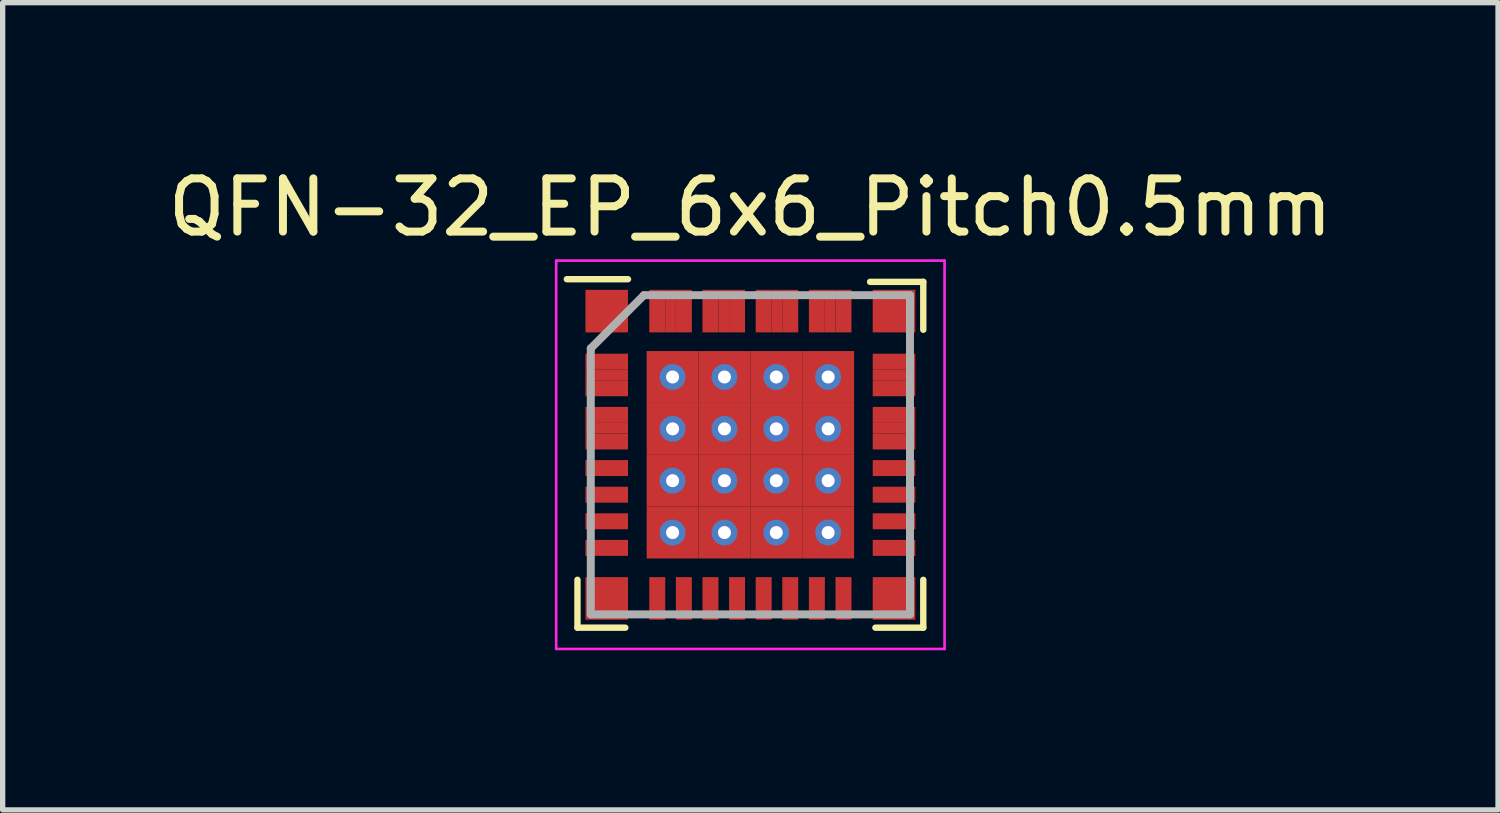
<source format=kicad_pcb>
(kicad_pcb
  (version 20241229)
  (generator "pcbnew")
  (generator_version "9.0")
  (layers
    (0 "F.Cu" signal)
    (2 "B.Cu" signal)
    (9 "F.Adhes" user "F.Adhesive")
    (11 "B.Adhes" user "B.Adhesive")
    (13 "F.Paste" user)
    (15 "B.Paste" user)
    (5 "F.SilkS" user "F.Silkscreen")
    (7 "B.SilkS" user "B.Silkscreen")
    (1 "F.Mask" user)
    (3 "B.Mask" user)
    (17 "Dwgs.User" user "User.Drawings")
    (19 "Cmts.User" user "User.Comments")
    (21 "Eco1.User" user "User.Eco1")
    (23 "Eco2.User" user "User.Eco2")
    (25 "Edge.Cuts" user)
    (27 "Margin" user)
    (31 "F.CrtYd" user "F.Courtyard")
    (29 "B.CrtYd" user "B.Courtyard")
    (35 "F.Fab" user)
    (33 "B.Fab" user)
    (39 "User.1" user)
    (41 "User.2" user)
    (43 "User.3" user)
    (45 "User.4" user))
  (footprint "QFN-32_EP_6x6_Pitch0.5mm"
    (layer "F.Cu")
    (at 11.054 5.498)
    (property "Reference" "QFN-32_EP_6x6_Pitch0.5mm" (at 0 -4.65 0) (layer "F.SilkS") (effects (font (size 1 1) (thickness 0.15))))
    (attr smd)
    (fp_line (start -3.25 3.25) (end -3.25 2.35) (stroke (width 0.12) (type solid)) (layer "F.SilkS"))
    (fp_line (start -2.35 3.25) (end -3.25 3.25) (stroke (width 0.12) (type solid)) (layer "F.SilkS"))
    (fp_line (start -2.3 -3.3) (end -3.45 -3.3) (stroke (width 0.12) (type solid)) (layer "F.SilkS"))
    (fp_line (start 2.25 -3.25) (end 3.25 -3.25) (stroke (width 0.12) (type solid)) (layer "F.SilkS"))
    (fp_line (start 2.35 3.25) (end 3.25 3.25) (stroke (width 0.12) (type solid)) (layer "F.SilkS"))
    (fp_line (start 3.25 -3.25) (end 3.25 -2.35) (stroke (width 0.12) (type solid)) (layer "F.SilkS"))
    (fp_line (start 3.25 3.25) (end 3.25 2.35) (stroke (width 0.12) (type solid)) (layer "F.SilkS"))
    (fp_line (start -3.65 -3.65) (end 3.65 -3.65) (stroke (width 0.05) (type solid)) (layer "F.CrtYd"))
    (fp_line (start -3.65 3.65) (end -3.65 -3.65) (stroke (width 0.05) (type solid)) (layer "F.CrtYd"))
    (fp_line (start 3.65 -3.65) (end 3.65 3.65) (stroke (width 0.05) (type solid)) (layer "F.CrtYd"))
    (fp_line (start 3.65 3.65) (end -3.65 3.65) (stroke (width 0.05) (type solid)) (layer "F.CrtYd"))
    (fp_line (start -3 -2) (end -3 3) (stroke (width 0.15) (type solid)) (layer "F.Fab"))
    (fp_line (start -3 3) (end 3 3) (stroke (width 0.15) (type solid)) (layer "F.Fab"))
    (fp_line (start -2 -3) (end -3 -2) (stroke (width 0.15) (type solid)) (layer "F.Fab"))
    (fp_line (start 3 -3) (end -2 -3) (stroke (width 0.15) (type solid)) (layer "F.Fab"))
    (fp_line (start 3 3) (end 3 -3) (stroke (width 0.15) (type solid)) (layer "F.Fab"))
    (pad "" smd custom (at -2.7 -2.7 180) (size 0.8 0.8) (layers "F.Cu" "F.Mask" "F.Paste") (options (anchor rect)) (primitives))
    (pad "" smd custom (at -2.7 2.7 270) (size 0.8 0.8) (layers "F.Cu" "F.Mask" "F.Paste") (options (anchor rect)) (primitives))
    (pad "" smd custom (at 2.7 -2.7 90) (size 0.8 0.8) (layers "F.Cu" "F.Mask" "F.Paste") (options (anchor rect)) (primitives))
    (pad "" smd custom (at 2.7 2.7 90) (size 0.8 0.8) (layers "F.Cu" "F.Mask" "F.Paste") (options (anchor rect)) (primitives))
    (pad "1" smd rect (at -2.7 -1.75 90) (size 0.3 0.8) (layers "F.Cu" "F.Mask" "F.Paste"))
    (pad "1" smd rect (at -2.7 -1.5 90) (size 0.2 0.8) (layers "F.Cu" "F.Mask" "F.Paste"))
    (pad "2" smd rect (at -2.7 -1.25 90) (size 0.3 0.8) (layers "F.Cu" "F.Mask" "F.Paste"))
    (pad "3" smd rect (at -2.7 -0.75 90) (size 0.3 0.8) (layers "F.Cu" "F.Mask" "F.Paste"))
    (pad "3" smd rect (at -2.7 -0.5 90) (size 0.2 0.8) (layers "F.Cu" "F.Mask" "F.Paste"))
    (pad "4" smd rect (at -2.7 -0.25 90) (size 0.3 0.8) (layers "F.Cu" "F.Mask" "F.Paste"))
    (pad "5" smd rect (at -2.7 0.25 90) (size 0.3 0.8) (layers "F.Cu" "F.Mask" "F.Paste"))
    (pad "6" smd rect (at -2.7 0.75 90) (size 0.3 0.8) (layers "F.Cu" "F.Mask" "F.Paste"))
    (pad "7" smd rect (at -2.7 1.25 90) (size 0.3 0.8) (layers "F.Cu" "F.Mask" "F.Paste"))
    (pad "8" smd rect (at -2.7 1.75 90) (size 0.3 0.8) (layers "F.Cu" "F.Mask" "F.Paste"))
    (pad "9" smd rect (at -1.75 2.7) (size 0.3 0.8) (layers "F.Cu" "F.Mask" "F.Paste"))
    (pad "10" smd rect (at -1.25 2.7) (size 0.3 0.8) (layers "F.Cu" "F.Mask" "F.Paste"))
    (pad "11" smd rect (at -0.75 2.7) (size 0.3 0.8) (layers "F.Cu" "F.Mask" "F.Paste"))
    (pad "12" smd rect (at -0.25 2.7) (size 0.3 0.8) (layers "F.Cu" "F.Mask" "F.Paste"))
    (pad "13" smd rect (at 0.25 2.7) (size 0.3 0.8) (layers "F.Cu" "F.Mask" "F.Paste"))
    (pad "14" smd rect (at 0.75 2.7) (size 0.3 0.8) (layers "F.Cu" "F.Mask" "F.Paste"))
    (pad "15" smd rect (at 1.25 2.7) (size 0.3 0.8) (layers "F.Cu" "F.Mask" "F.Paste"))
    (pad "16" smd rect (at 1.75 2.7) (size 0.3 0.8) (layers "F.Cu" "F.Mask" "F.Paste"))
    (pad "17" smd rect (at 2.7 1.75 90) (size 0.3 0.8) (layers "F.Cu" "F.Mask" "F.Paste"))
    (pad "18" smd rect (at 2.7 1.25 90) (size 0.3 0.8) (layers "F.Cu" "F.Mask" "F.Paste"))
    (pad "19" smd rect (at 2.7 0.75 90) (size 0.3 0.8) (layers "F.Cu" "F.Mask" "F.Paste"))
    (pad "20" smd rect (at 2.7 0.25 90) (size 0.3 0.8) (layers "F.Cu" "F.Mask" "F.Paste"))
    (pad "21" smd rect (at 2.7 -0.25 90) (size 0.3 0.8) (layers "F.Cu" "F.Mask" "F.Paste"))
    (pad "22" smd rect (at 2.7 -0.75 90) (size 0.3 0.8) (layers "F.Cu" "F.Mask" "F.Paste"))
    (pad "22" smd rect (at 2.7 -0.5 90) (size 0.2 0.8) (layers "F.Cu" "F.Mask" "F.Paste"))
    (pad "23" smd rect (at 2.7 -1.25 90) (size 0.3 0.8) (layers "F.Cu" "F.Mask" "F.Paste"))
    (pad "24" smd rect (at 2.7 -1.75 90) (size 0.3 0.8) (layers "F.Cu" "F.Mask" "F.Paste"))
    (pad "24" smd rect (at 2.7 -1.5 90) (size 0.2 0.8) (layers "F.Cu" "F.Mask" "F.Paste"))
    (pad "25" smd rect (at 1.5 -2.7 180) (size 0.2 0.8) (layers "F.Cu" "F.Mask" "F.Paste"))
    (pad "25" smd rect (at 1.75 -2.7) (size 0.3 0.8) (layers "F.Cu" "F.Mask" "F.Paste"))
    (pad "26" smd rect (at 1.25 -2.7) (size 0.3 0.8) (layers "F.Cu" "F.Mask" "F.Paste"))
    (pad "27" smd rect (at 0.5 -2.7 180) (size 0.2 0.8) (layers "F.Cu" "F.Mask" "F.Paste"))
    (pad "27" smd rect (at 0.75 -2.7) (size 0.3 0.8) (layers "F.Cu" "F.Mask" "F.Paste"))
    (pad "28" smd rect (at 0.25 -2.7) (size 0.3 0.8) (layers "F.Cu" "F.Mask" "F.Paste"))
    (pad "29" smd rect (at -0.25 -2.7) (size 0.3 0.8) (layers "F.Cu" "F.Mask" "F.Paste"))
    (pad "30" smd rect (at -0.75 -2.7) (size 0.3 0.8) (layers "F.Cu" "F.Mask" "F.Paste"))
    (pad "30" smd rect (at -0.5 -2.7 180) (size 0.2 0.8) (layers "F.Cu" "F.Mask" "F.Paste"))
    (pad "31" smd rect (at -1.25 -2.7) (size 0.3 0.8) (layers "F.Cu" "F.Mask" "F.Paste"))
    (pad "32" smd rect (at -1.75 -2.7) (size 0.3 0.8) (layers "F.Cu" "F.Mask" "F.Paste"))
    (pad "32" smd rect (at -1.5 -2.7) (size 0.2 0.8) (layers "F.Cu" "F.Mask" "F.Paste"))
    (pad "33" thru_hole circle (at -1.462 -1.462) (size 0.487 0.487) (drill 0.244) (layers "*.Cu" "*.Mask"))
    (pad "33" smd rect (at -1.462 -1.462) (size 0.975 0.975) (layers "F.Cu" "F.Mask" "F.Paste"))
    (pad "33" thru_hole circle (at -1.462 -0.487) (size 0.487 0.487) (drill 0.244) (layers "*.Cu" "*.Mask"))
    (pad "33" smd rect (at -1.462 -0.487) (size 0.975 0.975) (layers "F.Cu" "F.Mask" "F.Paste"))
    (pad "33" thru_hole circle (at -1.462 0.487) (size 0.487 0.487) (drill 0.244) (layers "*.Cu" "*.Mask"))
    (pad "33" smd rect (at -1.462 0.487) (size 0.975 0.975) (layers "F.Cu" "F.Mask" "F.Paste"))
    (pad "33" thru_hole circle (at -1.462 1.462) (size 0.487 0.487) (drill 0.244) (layers "*.Cu" "*.Mask"))
    (pad "33" smd rect (at -1.462 1.462) (size 0.975 0.975) (layers "F.Cu" "F.Mask" "F.Paste"))
    (pad "33" thru_hole circle (at -0.487 -1.462) (size 0.487 0.487) (drill 0.244) (layers "*.Cu" "*.Mask"))
    (pad "33" smd rect (at -0.487 -1.462) (size 0.975 0.975) (layers "F.Cu" "F.Mask" "F.Paste"))
    (pad "33" thru_hole circle (at -0.487 -0.487) (size 0.487 0.487) (drill 0.244) (layers "*.Cu" "*.Mask"))
    (pad "33" smd rect (at -0.487 -0.487) (size 0.975 0.975) (layers "F.Cu" "F.Mask" "F.Paste"))
    (pad "33" thru_hole circle (at -0.487 0.487) (size 0.487 0.487) (drill 0.244) (layers "*.Cu" "*.Mask"))
    (pad "33" smd rect (at -0.487 0.487) (size 0.975 0.975) (layers "F.Cu" "F.Mask" "F.Paste"))
    (pad "33" thru_hole circle (at -0.487 1.462) (size 0.487 0.487) (drill 0.244) (layers "*.Cu" "*.Mask"))
    (pad "33" smd rect (at -0.487 1.462) (size 0.975 0.975) (layers "F.Cu" "F.Mask" "F.Paste"))
    (pad "33" thru_hole circle (at 0.487 -1.462) (size 0.487 0.487) (drill 0.244) (layers "*.Cu" "*.Mask"))
    (pad "33" smd rect (at 0.487 -1.462) (size 0.975 0.975) (layers "F.Cu" "F.Mask" "F.Paste"))
    (pad "33" thru_hole circle (at 0.487 -0.487) (size 0.487 0.487) (drill 0.244) (layers "*.Cu" "*.Mask"))
    (pad "33" smd rect (at 0.487 -0.487) (size 0.975 0.975) (layers "F.Cu" "F.Mask" "F.Paste"))
    (pad "33" thru_hole circle (at 0.487 0.487) (size 0.487 0.487) (drill 0.244) (layers "*.Cu" "*.Mask"))
    (pad "33" smd rect (at 0.487 0.487) (size 0.975 0.975) (layers "F.Cu" "F.Mask" "F.Paste"))
    (pad "33" thru_hole circle (at 0.487 1.462) (size 0.487 0.487) (drill 0.244) (layers "*.Cu" "*.Mask"))
    (pad "33" smd rect (at 0.487 1.462) (size 0.975 0.975) (layers "F.Cu" "F.Mask" "F.Paste"))
    (pad "33" thru_hole circle (at 1.462 -1.462) (size 0.487 0.487) (drill 0.244) (layers "*.Cu" "*.Mask"))
    (pad "33" smd rect (at 1.462 -1.462) (size 0.975 0.975) (layers "F.Cu" "F.Mask" "F.Paste"))
    (pad "33" thru_hole circle (at 1.462 -0.487) (size 0.487 0.487) (drill 0.244) (layers "*.Cu" "*.Mask"))
    (pad "33" smd rect (at 1.462 -0.487) (size 0.975 0.975) (layers "F.Cu" "F.Mask" "F.Paste"))
    (pad "33" thru_hole circle (at 1.462 0.487) (size 0.487 0.487) (drill 0.244) (layers "*.Cu" "*.Mask"))
    (pad "33" smd rect (at 1.462 0.487) (size 0.975 0.975) (layers "F.Cu" "F.Mask" "F.Paste"))
    (pad "33" thru_hole circle (at 1.462 1.462) (size 0.487 0.487) (drill 0.244) (layers "*.Cu" "*.Mask"))
    (pad "33" smd rect (at 1.462 1.462) (size 0.975 0.975) (layers "F.Cu" "F.Mask" "F.Paste")))
  (gr_rect
    (start -3 -3)
    (end 25.107 12.173)
    (stroke (width 0.1) (type default))
    (fill no)
    (layer "Edge.Cuts")))
</source>
